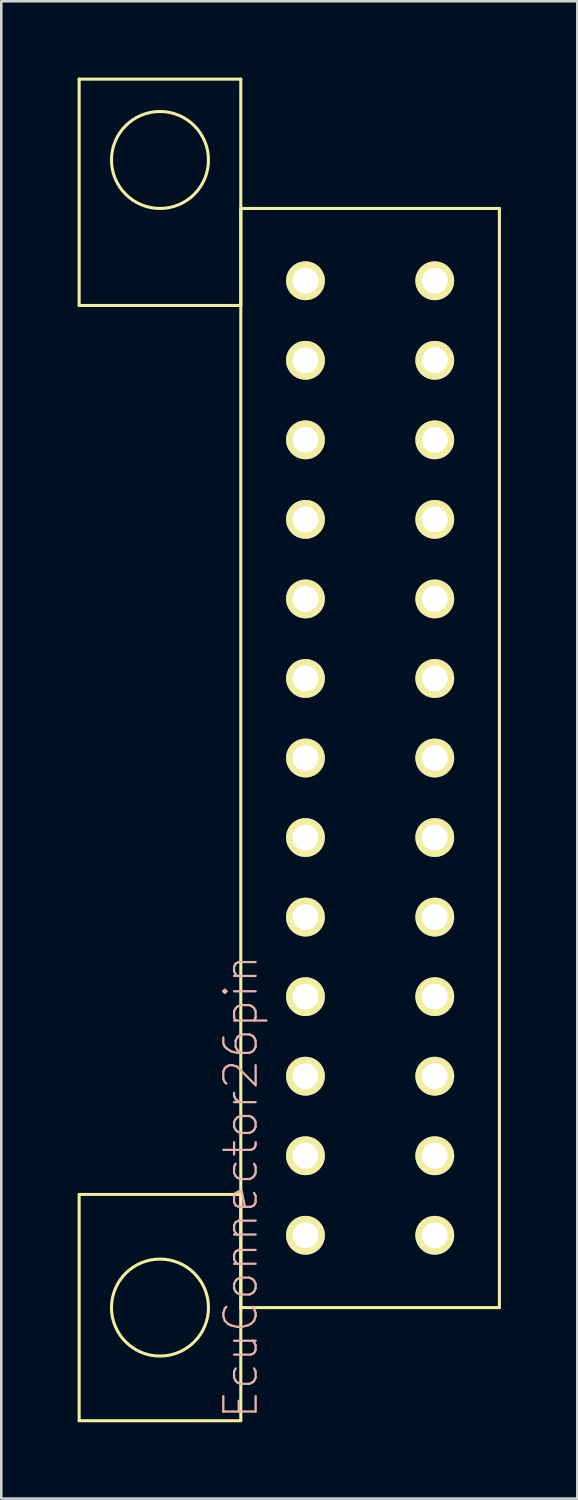
<source format=kicad_pcb>
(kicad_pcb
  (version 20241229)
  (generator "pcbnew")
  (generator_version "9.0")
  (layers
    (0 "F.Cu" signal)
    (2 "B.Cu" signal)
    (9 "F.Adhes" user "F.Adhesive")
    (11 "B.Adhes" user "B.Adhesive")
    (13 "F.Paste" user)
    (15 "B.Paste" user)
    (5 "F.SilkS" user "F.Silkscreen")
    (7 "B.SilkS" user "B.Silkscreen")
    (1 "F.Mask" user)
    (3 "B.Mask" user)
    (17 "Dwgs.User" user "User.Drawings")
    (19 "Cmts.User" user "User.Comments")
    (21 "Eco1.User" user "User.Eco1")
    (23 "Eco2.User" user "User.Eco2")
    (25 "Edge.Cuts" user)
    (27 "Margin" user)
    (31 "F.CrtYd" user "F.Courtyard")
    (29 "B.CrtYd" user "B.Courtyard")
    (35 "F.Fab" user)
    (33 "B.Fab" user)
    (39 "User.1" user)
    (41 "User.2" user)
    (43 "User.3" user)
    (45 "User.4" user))
  (footprint "EcuConnector26pin"
    (layer "F.Cu")
    (at 14.03 26.73)
    (property "Reference" "EcuConnector26pin" (at -7.62 16.845 90) (layer "B.SilkS") (effects (font (size 1.27 1.27) (thickness 0.089))))
    (attr exclude_from_pos_files exclude_from_bom)
    (fp_line (start -13.97 -26.67) (end -7.62 -26.67) (stroke (width 0.12) (type solid)) (layer "F.SilkS"))
    (fp_line (start -13.97 -17.78) (end -13.97 -26.67) (stroke (width 0.12) (type solid)) (layer "F.SilkS"))
    (fp_line (start -13.97 17.145) (end -7.62 17.145) (stroke (width 0.12) (type solid)) (layer "F.SilkS"))
    (fp_line (start -13.97 26.035) (end -13.97 17.145) (stroke (width 0.12) (type solid)) (layer "F.SilkS"))
    (fp_line (start -7.62 -26.67) (end -7.62 -17.78) (stroke (width 0.12) (type solid)) (layer "F.SilkS"))
    (fp_line (start -7.62 -21.59) (end 2.54 -21.59) (stroke (width 0.12) (type solid)) (layer "F.SilkS"))
    (fp_line (start -7.62 -17.78) (end -13.97 -17.78) (stroke (width 0.12) (type solid)) (layer "F.SilkS"))
    (fp_line (start -7.62 17.145) (end -7.62 26.035) (stroke (width 0.12) (type solid)) (layer "F.SilkS"))
    (fp_line (start -7.62 21.59) (end -7.62 -21.59) (stroke (width 0.12) (type solid)) (layer "F.SilkS"))
    (fp_line (start -7.62 26.035) (end -13.97 26.035) (stroke (width 0.12) (type solid)) (layer "F.SilkS"))
    (fp_line (start -5.334 -18.496) (end -5.334 -19.004) (stroke (width 0.066) (type solid)) (layer "F.SilkS"))
    (fp_line (start -5.334 -15.371) (end -5.334 -15.879) (stroke (width 0.066) (type solid)) (layer "F.SilkS"))
    (fp_line (start -5.334 -12.246) (end -5.334 -12.754) (stroke (width 0.066) (type solid)) (layer "F.SilkS"))
    (fp_line (start -5.334 -9.121) (end -5.334 -9.629) (stroke (width 0.066) (type solid)) (layer "F.SilkS"))
    (fp_line (start -5.334 -5.996) (end -5.334 -6.504) (stroke (width 0.066) (type solid)) (layer "F.SilkS"))
    (fp_line (start -5.334 -2.871) (end -5.334 -3.379) (stroke (width 0.066) (type solid)) (layer "F.SilkS"))
    (fp_line (start -5.334 0.254) (end -5.334 -0.254) (stroke (width 0.066) (type solid)) (layer "F.SilkS"))
    (fp_line (start -5.334 3.379) (end -5.334 2.871) (stroke (width 0.066) (type solid)) (layer "F.SilkS"))
    (fp_line (start -5.334 6.504) (end -5.334 5.996) (stroke (width 0.066) (type solid)) (layer "F.SilkS"))
    (fp_line (start -5.334 9.629) (end -5.334 9.121) (stroke (width 0.066) (type solid)) (layer "F.SilkS"))
    (fp_line (start -5.334 12.754) (end -5.334 12.246) (stroke (width 0.066) (type solid)) (layer "F.SilkS"))
    (fp_line (start -5.334 15.879) (end -5.334 15.371) (stroke (width 0.066) (type solid)) (layer "F.SilkS"))
    (fp_line (start -5.334 19.004) (end -5.334 18.496) (stroke (width 0.066) (type solid)) (layer "F.SilkS"))
    (fp_line (start -4.826 -19.004) (end -5.334 -19.004) (stroke (width 0.066) (type solid)) (layer "F.SilkS"))
    (fp_line (start -4.826 -18.496) (end -5.334 -18.496) (stroke (width 0.066) (type solid)) (layer "F.SilkS"))
    (fp_line (start -4.826 -18.496) (end -4.826 -19.004) (stroke (width 0.066) (type solid)) (layer "F.SilkS"))
    (fp_line (start -4.826 -15.879) (end -5.334 -15.879) (stroke (width 0.066) (type solid)) (layer "F.SilkS"))
    (fp_line (start -4.826 -15.371) (end -5.334 -15.371) (stroke (width 0.066) (type solid)) (layer "F.SilkS"))
    (fp_line (start -4.826 -15.371) (end -4.826 -15.879) (stroke (width 0.066) (type solid)) (layer "F.SilkS"))
    (fp_line (start -4.826 -12.754) (end -5.334 -12.754) (stroke (width 0.066) (type solid)) (layer "F.SilkS"))
    (fp_line (start -4.826 -12.246) (end -5.334 -12.246) (stroke (width 0.066) (type solid)) (layer "F.SilkS"))
    (fp_line (start -4.826 -12.246) (end -4.826 -12.754) (stroke (width 0.066) (type solid)) (layer "F.SilkS"))
    (fp_line (start -4.826 -9.629) (end -5.334 -9.629) (stroke (width 0.066) (type solid)) (layer "F.SilkS"))
    (fp_line (start -4.826 -9.121) (end -5.334 -9.121) (stroke (width 0.066) (type solid)) (layer "F.SilkS"))
    (fp_line (start -4.826 -9.121) (end -4.826 -9.629) (stroke (width 0.066) (type solid)) (layer "F.SilkS"))
    (fp_line (start -4.826 -6.504) (end -5.334 -6.504) (stroke (width 0.066) (type solid)) (layer "F.SilkS"))
    (fp_line (start -4.826 -5.996) (end -5.334 -5.996) (stroke (width 0.066) (type solid)) (layer "F.SilkS"))
    (fp_line (start -4.826 -5.996) (end -4.826 -6.504) (stroke (width 0.066) (type solid)) (layer "F.SilkS"))
    (fp_line (start -4.826 -3.379) (end -5.334 -3.379) (stroke (width 0.066) (type solid)) (layer "F.SilkS"))
    (fp_line (start -4.826 -2.871) (end -5.334 -2.871) (stroke (width 0.066) (type solid)) (layer "F.SilkS"))
    (fp_line (start -4.826 -2.871) (end -4.826 -3.379) (stroke (width 0.066) (type solid)) (layer "F.SilkS"))
    (fp_line (start -4.826 -0.254) (end -5.334 -0.254) (stroke (width 0.066) (type solid)) (layer "F.SilkS"))
    (fp_line (start -4.826 0.254) (end -5.334 0.254) (stroke (width 0.066) (type solid)) (layer "F.SilkS"))
    (fp_line (start -4.826 0.254) (end -4.826 -0.254) (stroke (width 0.066) (type solid)) (layer "F.SilkS"))
    (fp_line (start -4.826 2.871) (end -5.334 2.871) (stroke (width 0.066) (type solid)) (layer "F.SilkS"))
    (fp_line (start -4.826 3.379) (end -5.334 3.379) (stroke (width 0.066) (type solid)) (layer "F.SilkS"))
    (fp_line (start -4.826 3.379) (end -4.826 2.871) (stroke (width 0.066) (type solid)) (layer "F.SilkS"))
    (fp_line (start -4.826 5.996) (end -5.334 5.996) (stroke (width 0.066) (type solid)) (layer "F.SilkS"))
    (fp_line (start -4.826 6.504) (end -5.334 6.504) (stroke (width 0.066) (type solid)) (layer "F.SilkS"))
    (fp_line (start -4.826 6.504) (end -4.826 5.996) (stroke (width 0.066) (type solid)) (layer "F.SilkS"))
    (fp_line (start -4.826 9.121) (end -5.334 9.121) (stroke (width 0.066) (type solid)) (layer "F.SilkS"))
    (fp_line (start -4.826 9.629) (end -5.334 9.629) (stroke (width 0.066) (type solid)) (layer "F.SilkS"))
    (fp_line (start -4.826 9.629) (end -4.826 9.121) (stroke (width 0.066) (type solid)) (layer "F.SilkS"))
    (fp_line (start -4.826 12.246) (end -5.334 12.246) (stroke (width 0.066) (type solid)) (layer "F.SilkS"))
    (fp_line (start -4.826 12.754) (end -5.334 12.754) (stroke (width 0.066) (type solid)) (layer "F.SilkS"))
    (fp_line (start -4.826 12.754) (end -4.826 12.246) (stroke (width 0.066) (type solid)) (layer "F.SilkS"))
    (fp_line (start -4.826 15.371) (end -5.334 15.371) (stroke (width 0.066) (type solid)) (layer "F.SilkS"))
    (fp_line (start -4.826 15.879) (end -5.334 15.879) (stroke (width 0.066) (type solid)) (layer "F.SilkS"))
    (fp_line (start -4.826 15.879) (end -4.826 15.371) (stroke (width 0.066) (type solid)) (layer "F.SilkS"))
    (fp_line (start -4.826 18.496) (end -5.334 18.496) (stroke (width 0.066) (type solid)) (layer "F.SilkS"))
    (fp_line (start -4.826 19.004) (end -5.334 19.004) (stroke (width 0.066) (type solid)) (layer "F.SilkS"))
    (fp_line (start -4.826 19.004) (end -4.826 18.496) (stroke (width 0.066) (type solid)) (layer "F.SilkS"))
    (fp_line (start -0.254 -18.496) (end -0.254 -19.004) (stroke (width 0.066) (type solid)) (layer "F.SilkS"))
    (fp_line (start -0.254 -15.371) (end -0.254 -15.879) (stroke (width 0.066) (type solid)) (layer "F.SilkS"))
    (fp_line (start -0.254 -12.246) (end -0.254 -12.754) (stroke (width 0.066) (type solid)) (layer "F.SilkS"))
    (fp_line (start -0.254 -9.121) (end -0.254 -9.629) (stroke (width 0.066) (type solid)) (layer "F.SilkS"))
    (fp_line (start -0.254 -5.996) (end -0.254 -6.504) (stroke (width 0.066) (type solid)) (layer "F.SilkS"))
    (fp_line (start -0.254 -2.871) (end -0.254 -3.379) (stroke (width 0.066) (type solid)) (layer "F.SilkS"))
    (fp_line (start -0.254 0.254) (end -0.254 -0.254) (stroke (width 0.066) (type solid)) (layer "F.SilkS"))
    (fp_line (start -0.254 3.379) (end -0.254 2.871) (stroke (width 0.066) (type solid)) (layer "F.SilkS"))
    (fp_line (start -0.254 6.504) (end -0.254 5.996) (stroke (width 0.066) (type solid)) (layer "F.SilkS"))
    (fp_line (start -0.254 9.629) (end -0.254 9.121) (stroke (width 0.066) (type solid)) (layer "F.SilkS"))
    (fp_line (start -0.254 12.754) (end -0.254 12.246) (stroke (width 0.066) (type solid)) (layer "F.SilkS"))
    (fp_line (start -0.254 15.879) (end -0.254 15.371) (stroke (width 0.066) (type solid)) (layer "F.SilkS"))
    (fp_line (start -0.254 19.004) (end -0.254 18.496) (stroke (width 0.066) (type solid)) (layer "F.SilkS"))
    (fp_line (start 0.254 -19.004) (end -0.254 -19.004) (stroke (width 0.066) (type solid)) (layer "F.SilkS"))
    (fp_line (start 0.254 -18.496) (end -0.254 -18.496) (stroke (width 0.066) (type solid)) (layer "F.SilkS"))
    (fp_line (start 0.254 -18.496) (end 0.254 -19.004) (stroke (width 0.066) (type solid)) (layer "F.SilkS"))
    (fp_line (start 0.254 -15.879) (end -0.254 -15.879) (stroke (width 0.066) (type solid)) (layer "F.SilkS"))
    (fp_line (start 0.254 -15.371) (end -0.254 -15.371) (stroke (width 0.066) (type solid)) (layer "F.SilkS"))
    (fp_line (start 0.254 -15.371) (end 0.254 -15.879) (stroke (width 0.066) (type solid)) (layer "F.SilkS"))
    (fp_line (start 0.254 -12.754) (end -0.254 -12.754) (stroke (width 0.066) (type solid)) (layer "F.SilkS"))
    (fp_line (start 0.254 -12.246) (end -0.254 -12.246) (stroke (width 0.066) (type solid)) (layer "F.SilkS"))
    (fp_line (start 0.254 -12.246) (end 0.254 -12.754) (stroke (width 0.066) (type solid)) (layer "F.SilkS"))
    (fp_line (start 0.254 -9.629) (end -0.254 -9.629) (stroke (width 0.066) (type solid)) (layer "F.SilkS"))
    (fp_line (start 0.254 -9.121) (end -0.254 -9.121) (stroke (width 0.066) (type solid)) (layer "F.SilkS"))
    (fp_line (start 0.254 -9.121) (end 0.254 -9.629) (stroke (width 0.066) (type solid)) (layer "F.SilkS"))
    (fp_line (start 0.254 -6.504) (end -0.254 -6.504) (stroke (width 0.066) (type solid)) (layer "F.SilkS"))
    (fp_line (start 0.254 -5.996) (end -0.254 -5.996) (stroke (width 0.066) (type solid)) (layer "F.SilkS"))
    (fp_line (start 0.254 -5.996) (end 0.254 -6.504) (stroke (width 0.066) (type solid)) (layer "F.SilkS"))
    (fp_line (start 0.254 -3.379) (end -0.254 -3.379) (stroke (width 0.066) (type solid)) (layer "F.SilkS"))
    (fp_line (start 0.254 -2.871) (end -0.254 -2.871) (stroke (width 0.066) (type solid)) (layer "F.SilkS"))
    (fp_line (start 0.254 -2.871) (end 0.254 -3.379) (stroke (width 0.066) (type solid)) (layer "F.SilkS"))
    (fp_line (start 0.254 -0.254) (end -0.254 -0.254) (stroke (width 0.066) (type solid)) (layer "F.SilkS"))
    (fp_line (start 0.254 0.254) (end -0.254 0.254) (stroke (width 0.066) (type solid)) (layer "F.SilkS"))
    (fp_line (start 0.254 0.254) (end 0.254 -0.254) (stroke (width 0.066) (type solid)) (layer "F.SilkS"))
    (fp_line (start 0.254 2.871) (end -0.254 2.871) (stroke (width 0.066) (type solid)) (layer "F.SilkS"))
    (fp_line (start 0.254 3.379) (end -0.254 3.379) (stroke (width 0.066) (type solid)) (layer "F.SilkS"))
    (fp_line (start 0.254 3.379) (end 0.254 2.871) (stroke (width 0.066) (type solid)) (layer "F.SilkS"))
    (fp_line (start 0.254 5.996) (end -0.254 5.996) (stroke (width 0.066) (type solid)) (layer "F.SilkS"))
    (fp_line (start 0.254 6.504) (end -0.254 6.504) (stroke (width 0.066) (type solid)) (layer "F.SilkS"))
    (fp_line (start 0.254 6.504) (end 0.254 5.996) (stroke (width 0.066) (type solid)) (layer "F.SilkS"))
    (fp_line (start 0.254 9.121) (end -0.254 9.121) (stroke (width 0.066) (type solid)) (layer "F.SilkS"))
    (fp_line (start 0.254 9.629) (end -0.254 9.629) (stroke (width 0.066) (type solid)) (layer "F.SilkS"))
    (fp_line (start 0.254 9.629) (end 0.254 9.121) (stroke (width 0.066) (type solid)) (layer "F.SilkS"))
    (fp_line (start 0.254 12.246) (end -0.254 12.246) (stroke (width 0.066) (type solid)) (layer "F.SilkS"))
    (fp_line (start 0.254 12.754) (end -0.254 12.754) (stroke (width 0.066) (type solid)) (layer "F.SilkS"))
    (fp_line (start 0.254 12.754) (end 0.254 12.246) (stroke (width 0.066) (type solid)) (layer "F.SilkS"))
    (fp_line (start 0.254 15.371) (end -0.254 15.371) (stroke (width 0.066) (type solid)) (layer "F.SilkS"))
    (fp_line (start 0.254 15.879) (end -0.254 15.879) (stroke (width 0.066) (type solid)) (layer "F.SilkS"))
    (fp_line (start 0.254 15.879) (end 0.254 15.371) (stroke (width 0.066) (type solid)) (layer "F.SilkS"))
    (fp_line (start 0.254 18.496) (end -0.254 18.496) (stroke (width 0.066) (type solid)) (layer "F.SilkS"))
    (fp_line (start 0.254 19.004) (end -0.254 19.004) (stroke (width 0.066) (type solid)) (layer "F.SilkS"))
    (fp_line (start 0.254 19.004) (end 0.254 18.496) (stroke (width 0.066) (type solid)) (layer "F.SilkS"))
    (fp_line (start 2.54 -21.59) (end 2.54 21.59) (stroke (width 0.12) (type solid)) (layer "F.SilkS"))
    (fp_line (start 2.54 21.59) (end -7.62 21.59) (stroke (width 0.12) (type solid)) (layer "F.SilkS"))
    (fp_circle (center -10.795 -23.495) (end -8.89 -23.495) (stroke (width 0.12) (type solid)) (fill no) (layer "F.SilkS"))
    (fp_circle (center -10.795 21.59) (end -8.89 21.59) (stroke (width 0.12) (type solid)) (fill no) (layer "F.SilkS"))
    (pad "2A" thru_hole circle (at 0 18.75 90) (size 1.524 1.524) (drill 1.016) (layers "*.Cu" "F.Mask" "F.SilkS" "F.Paste"))
    (pad "2B" thru_hole circle (at -5.08 18.75 90) (size 1.524 1.524) (drill 1.016) (layers "*.Cu" "F.Mask" "F.SilkS" "F.Paste"))
    (pad "2C" thru_hole circle (at 0 15.625 90) (size 1.524 1.524) (drill 1.016) (layers "*.Cu" "F.Mask" "F.SilkS" "F.Paste"))
    (pad "2D" thru_hole circle (at -5.08 15.625 90) (size 1.524 1.524) (drill 1.016) (layers "*.Cu" "F.Mask" "F.SilkS" "F.Paste"))
    (pad "2E" thru_hole circle (at 0 12.5 90) (size 1.524 1.524) (drill 1.016) (layers "*.Cu" "F.Mask" "F.SilkS" "F.Paste"))
    (pad "2F" thru_hole circle (at -5.08 12.5 90) (size 1.524 1.524) (drill 1.016) (layers "*.Cu" "F.Mask" "F.SilkS" "F.Paste"))
    (pad "2G" thru_hole circle (at 0 9.375 90) (size 1.524 1.524) (drill 1.016) (layers "*.Cu" "F.Mask" "F.SilkS" "F.Paste"))
    (pad "2H" thru_hole circle (at -5.08 9.375 90) (size 1.524 1.524) (drill 1.016) (layers "*.Cu" "F.Mask" "F.SilkS" "F.Paste"))
    (pad "2I" thru_hole circle (at 0 6.25 90) (size 1.524 1.524) (drill 1.016) (layers "*.Cu" "F.Mask" "F.SilkS" "F.Paste"))
    (pad "2J" thru_hole circle (at -5.08 6.25 90) (size 1.524 1.524) (drill 1.016) (layers "*.Cu" "F.Mask" "F.SilkS" "F.Paste"))
    (pad "2K" thru_hole circle (at 0 3.125 90) (size 1.524 1.524) (drill 1.016) (layers "*.Cu" "F.Mask" "F.SilkS" "F.Paste"))
    (pad "2L" thru_hole circle (at -5.08 3.125 90) (size 1.524 1.524) (drill 1.016) (layers "*.Cu" "F.Mask" "F.SilkS" "F.Paste"))
    (pad "2M" thru_hole circle (at 0 0 90) (size 1.524 1.524) (drill 1.016) (layers "*.Cu" "F.Mask" "F.SilkS" "F.Paste"))
    (pad "2N" thru_hole circle (at -5.08 0 90) (size 1.524 1.524) (drill 1.016) (layers "*.Cu" "F.Mask" "F.SilkS" "F.Paste"))
    (pad "2O" thru_hole circle (at 0 -3.125 90) (size 1.524 1.524) (drill 1.016) (layers "*.Cu" "F.Mask" "F.SilkS" "F.Paste"))
    (pad "2P" thru_hole circle (at -5.08 -3.125 90) (size 1.524 1.524) (drill 1.016) (layers "*.Cu" "F.Mask" "F.SilkS" "F.Paste"))
    (pad "2Q" thru_hole circle (at 0 -6.25 90) (size 1.524 1.524) (drill 1.016) (layers "*.Cu" "F.Mask" "F.SilkS" "F.Paste"))
    (pad "2R" thru_hole circle (at -5.08 -6.25 90) (size 1.524 1.524) (drill 1.016) (layers "*.Cu" "F.Mask" "F.SilkS" "F.Paste"))
    (pad "2S" thru_hole circle (at 0 -9.375 90) (size 1.524 1.524) (drill 1.016) (layers "*.Cu" "F.Mask" "F.SilkS" "F.Paste"))
    (pad "2T" thru_hole circle (at -5.08 -9.375 90) (size 1.524 1.524) (drill 1.016) (layers "*.Cu" "F.Mask" "F.SilkS" "F.Paste"))
    (pad "2U" thru_hole circle (at 0 -12.5 90) (size 1.524 1.524) (drill 1.016) (layers "*.Cu" "F.Mask" "F.SilkS" "F.Paste"))
    (pad "2V" thru_hole circle (at -5.08 -12.5 90) (size 1.524 1.524) (drill 1.016) (layers "*.Cu" "F.Mask" "F.SilkS" "F.Paste"))
    (pad "2W" thru_hole circle (at 0 -15.625 90) (size 1.524 1.524) (drill 1.016) (layers "*.Cu" "F.Mask" "F.SilkS" "F.Paste"))
    (pad "2X" thru_hole circle (at -5.08 -15.625 90) (size 1.524 1.524) (drill 1.016) (layers "*.Cu" "F.Mask" "F.SilkS" "F.Paste"))
    (pad "2Y" thru_hole circle (at 0 -18.75 90) (size 1.524 1.524) (drill 1.016) (layers "*.Cu" "F.Mask" "F.SilkS" "F.Paste"))
    (pad "2Z" thru_hole circle (at -5.08 -18.75 90) (size 1.524 1.524) (drill 1.016) (layers "*.Cu" "F.Mask" "F.SilkS" "F.Paste")))
  (gr_rect
    (start -3 -3)
    (end 19.63 55.825)
    (stroke (width 0.1) (type default))
    (fill no)
    (layer "Edge.Cuts")))
</source>
